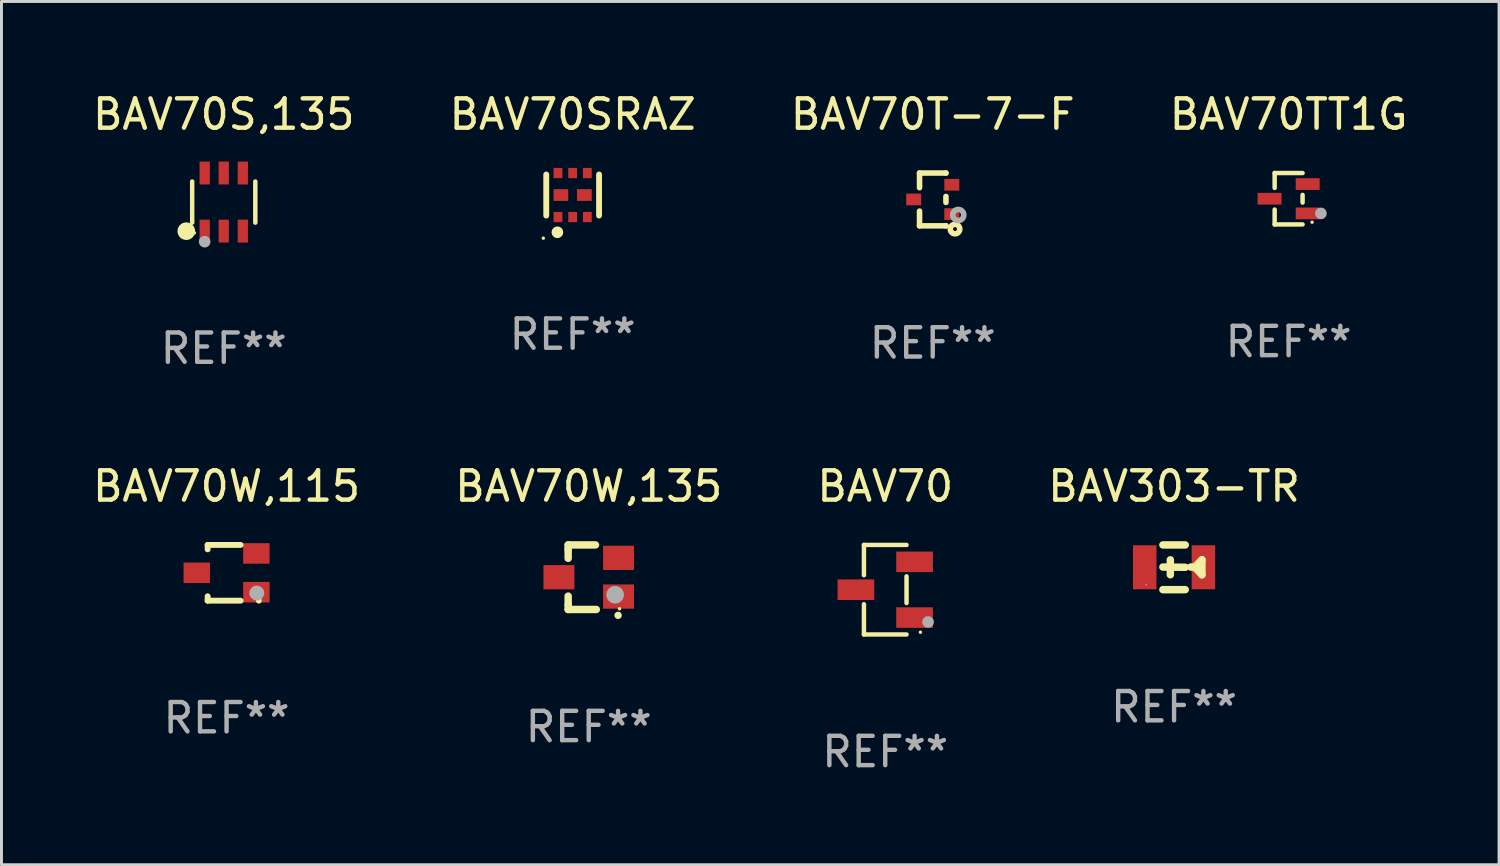
<source format=kicad_pcb>
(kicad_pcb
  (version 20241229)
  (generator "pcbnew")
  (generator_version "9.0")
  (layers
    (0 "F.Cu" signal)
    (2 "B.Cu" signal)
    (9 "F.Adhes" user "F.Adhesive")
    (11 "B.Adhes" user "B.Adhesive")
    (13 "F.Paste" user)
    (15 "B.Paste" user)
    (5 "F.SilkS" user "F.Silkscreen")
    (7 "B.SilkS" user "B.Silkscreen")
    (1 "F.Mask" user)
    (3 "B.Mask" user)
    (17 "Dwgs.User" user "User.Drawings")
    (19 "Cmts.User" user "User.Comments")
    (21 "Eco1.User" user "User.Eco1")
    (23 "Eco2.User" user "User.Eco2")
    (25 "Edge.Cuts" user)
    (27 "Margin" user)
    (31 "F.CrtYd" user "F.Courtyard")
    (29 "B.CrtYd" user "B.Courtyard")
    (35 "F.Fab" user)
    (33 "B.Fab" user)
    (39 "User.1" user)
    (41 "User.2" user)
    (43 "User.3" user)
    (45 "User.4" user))
  (footprint "BAV70SRAZ"
    (layer "F.Cu")
    (at 16.47 3.598)
    (property "Reference" "BAV70SRAZ" (at 0 -2.75 0) (layer "F.SilkS") (effects (font (size 1 1) (thickness 0.15))))
    (attr through_hole)
    (fp_line (start -0.9 0.7) (end -0.9 -0.7) (stroke (width 0.2) (type solid)) (layer "F.SilkS"))
    (fp_line (start 0.9 0.7) (end 0.9 -0.7) (stroke (width 0.2) (type solid)) (layer "F.SilkS"))
    (fp_circle (center -1 1.47) (end -0.97 1.47) (stroke (width 0.06) (type solid)) (fill no) (layer "F.SilkS"))
    (fp_circle (center -0.52 1.27) (end -0.42 1.27) (stroke (width 0.2) (type solid)) (fill no) (layer "F.SilkS"))
    (fp_text user "REF**" (at 0 4.75 0) (layer "F.Fab") (effects (font (size 1 1) (thickness 0.15))))
    (pad "1" smd rect (at -0.5 0.75 90) (size 0.35 0.3) (layers "F.Cu" "F.Mask" "F.Paste"))
    (pad "2" smd rect (at 0 0.75 90) (size 0.35 0.3) (layers "F.Cu" "F.Mask" "F.Paste"))
    (pad "3" smd rect (at 0.5 0.75 90) (size 0.35 0.3) (layers "F.Cu" "F.Mask" "F.Paste"))
    (pad "4" smd rect (at 0.5 -0.75 90) (size 0.35 0.3) (layers "F.Cu" "F.Mask" "F.Paste"))
    (pad "5" smd rect (at 0 -0.75 90) (size 0.35 0.3) (layers "F.Cu" "F.Mask" "F.Paste"))
    (pad "6" smd rect (at -0.5 -0.75 90) (size 0.35 0.3) (layers "F.Cu" "F.Mask" "F.Paste"))
    (pad "7" smd rect (at -0.4 0 90) (size 0.4 0.5) (layers "F.Cu" "F.Mask" "F.Paste"))
    (pad "8" smd rect (at 0.4 0 90) (size 0.4 0.5) (layers "F.Cu" "F.Mask" "F.Paste")))
  (footprint "BAV70"
    (layer "F.Cu")
    (at 27.125 17.051)
    (property "Reference" "BAV70" (at 0 -3.526 0) (layer "F.SilkS") (effects (font (size 1 1) (thickness 0.15))))
    (attr through_hole)
    (fp_line (start -0.726 -1.526) (end -0.726 -0.495) (stroke (width 0.152) (type solid)) (layer "F.SilkS"))
    (fp_line (start -0.726 1.526) (end -0.726 0.495) (stroke (width 0.152) (type solid)) (layer "F.SilkS"))
    (fp_line (start 0.726 -1.526) (end -0.726 -1.526) (stroke (width 0.152) (type solid)) (layer "F.SilkS"))
    (fp_line (start 0.726 -0.455) (end 0.726 0.455) (stroke (width 0.152) (type solid)) (layer "F.SilkS"))
    (fp_line (start 0.726 1.526) (end -0.726 1.526) (stroke (width 0.152) (type solid)) (layer "F.SilkS"))
    (fp_circle (center 1.2 1.45) (end 1.23 1.45) (stroke (width 0.06) (type solid)) (fill no) (layer "F.SilkS"))
    (fp_circle (center 1.46 1.1) (end 1.56 1.1) (stroke (width 0.2) (type solid)) (fill no) (layer "F.Fab"))
    (fp_text user "REF**" (at 0 5.526 0) (layer "F.Fab") (effects (font (size 1 1) (thickness 0.15))))
    (pad "1" smd rect (at 1 0.95) (size 1.25 0.7) (layers "F.Cu" "F.Mask" "F.Paste"))
    (pad "2" smd rect (at 1 -0.95) (size 1.25 0.7) (layers "F.Cu" "F.Mask" "F.Paste"))
    (pad "3" smd rect (at -1 0) (size 1.25 0.7) (layers "F.Cu" "F.Mask" "F.Paste")))
  (footprint "BAV303-TR"
    (layer "F.Cu")
    (at 36.97 16.287)
    (property "Reference" "BAV303-TR" (at 0 -2.762 0) (layer "F.SilkS") (effects (font (size 1 1) (thickness 0.15))))
    (attr through_hole)
    (fp_line (start -0.381 -0.762) (end 0.381 -0.762) (stroke (width 0.254) (type solid)) (layer "F.SilkS"))
    (fp_line (start -0.381 0.762) (end 0.381 0.762) (stroke (width 0.254) (type solid)) (layer "F.SilkS"))
    (fp_line (start -0.127 -0.254) (end -0.127 0.254) (stroke (width 0.254) (type solid)) (layer "F.SilkS"))
    (fp_line (start 0.381 0) (end -0.381 -0.008) (stroke (width 0.254) (type solid)) (layer "F.SilkS"))
    (fp_line (start 0.569 -0.008) (end 0.704 -0.008) (stroke (width 0.254) (type solid)) (layer "F.SilkS"))
    (fp_line (start 0.704 -0.008) (end 0.95 -0.254) (stroke (width 0.254) (type solid)) (layer "F.SilkS"))
    (fp_line (start 0.95 -0.254) (end 0.95 0.254) (stroke (width 0.254) (type solid)) (layer "F.SilkS"))
    (fp_line (start 0.95 0.254) (end 0.704 -0.008) (stroke (width 0.254) (type solid)) (layer "F.SilkS"))
    (fp_circle (center -0.95 0.6) (end -0.94 0.6) (stroke (width 0.02) (type solid)) (fill no) (layer "F.SilkS"))
    (fp_text user "REF**" (at 0 4.762 0) (layer "F.Fab") (effects (font (size 1 1) (thickness 0.15))))
    (pad "1" smd rect (at -1 0) (size 0.8 1.5) (layers "F.Cu" "F.Mask" "F.Paste"))
    (pad "2" smd rect (at 1 0) (size 0.8 1.5) (layers "F.Cu" "F.Mask" "F.Paste")))
  (footprint "BAV70W,115"
    (layer "F.Cu")
    (at 4.673 16.475)
    (property "Reference" "BAV70W,115" (at 0 -2.95 0) (layer "F.SilkS") (effects (font (size 1 1) (thickness 0.15))))
    (attr through_hole)
    (fp_line (start -0.645 -0.95) (end 0.48 -0.95) (stroke (width 0.201) (type solid)) (layer "F.SilkS"))
    (fp_line (start -0.645 -0.8) (end -0.645 -0.95) (stroke (width 0.201) (type solid)) (layer "F.SilkS"))
    (fp_line (start -0.645 0.95) (end -0.645 0.8) (stroke (width 0.201) (type solid)) (layer "F.SilkS"))
    (fp_line (start 0.48 0.95) (end -0.645 0.95) (stroke (width 0.201) (type solid)) (layer "F.SilkS"))
    (fp_circle (center 1.1 0.95) (end 1.15 0.95) (stroke (width 0.1) (type solid)) (fill no) (layer "F.SilkS"))
    (fp_circle (center 1.03 0.69) (end 1.157 0.69) (stroke (width 0.254) (type solid)) (fill no) (layer "F.Fab"))
    (fp_text user "REF**" (at 0 4.95 0) (layer "F.Fab") (effects (font (size 1 1) (thickness 0.15))))
    (pad "1" smd rect (at 1.016 0.66 90) (size 0.7 0.9) (layers "F.Cu" "F.Mask" "F.Paste"))
    (pad "2" smd rect (at 1.016 -0.66 90) (size 0.7 0.9) (layers "F.Cu" "F.Mask" "F.Paste"))
    (pad "3" smd rect (at -1.016 0 90) (size 0.7 0.9) (layers "F.Cu" "F.Mask" "F.Paste")))
  (footprint "BAV70TT1G"
    (layer "F.Cu")
    (at 40.875 3.724)
    (property "Reference" "BAV70TT1G" (at 0 -2.876 0) (layer "F.SilkS") (effects (font (size 1 1) (thickness 0.15))))
    (attr through_hole)
    (fp_line (start -0.476 -0.876) (end -0.476 -0.369) (stroke (width 0.152) (type solid)) (layer "F.SilkS"))
    (fp_line (start -0.476 0.876) (end -0.476 0.369) (stroke (width 0.152) (type solid)) (layer "F.SilkS"))
    (fp_line (start 0.476 -0.876) (end -0.476 -0.876) (stroke (width 0.152) (type solid)) (layer "F.SilkS"))
    (fp_line (start 0.476 -0.131) (end 0.476 0.131) (stroke (width 0.152) (type solid)) (layer "F.SilkS"))
    (fp_line (start 0.476 0.876) (end -0.476 0.876) (stroke (width 0.152) (type solid)) (layer "F.SilkS"))
    (fp_circle (center 0.8 0.8) (end 0.83 0.8) (stroke (width 0.06) (type solid)) (fill no) (layer "F.SilkS"))
    (fp_circle (center 1.1 0.5) (end 1.2 0.5) (stroke (width 0.2) (type solid)) (fill no) (layer "F.Fab"))
    (fp_text user "REF**" (at 0 4.876 0) (layer "F.Fab") (effects (font (size 1 1) (thickness 0.15))))
    (pad "1" smd rect (at 0.65 0.5) (size 0.816 0.4) (layers "F.Cu" "F.Mask" "F.Paste"))
    (pad "2" smd rect (at 0.65 -0.5) (size 0.816 0.4) (layers "F.Cu" "F.Mask" "F.Paste"))
    (pad "3" smd rect (at -0.65 0) (size 0.816 0.4) (layers "F.Cu" "F.Mask" "F.Paste")))
  (footprint "BAV70T-7-F"
    (layer "F.Cu")
    (at 28.744 3.748)
    (property "Reference" "BAV70T-7-F" (at 0 -2.9 0) (layer "F.SilkS") (effects (font (size 1 1) (thickness 0.15))))
    (attr through_hole)
    (fp_line (start -0.45 -0.9) (end 0.45 -0.9) (stroke (width 0.19) (type solid)) (layer "F.SilkS"))
    (fp_line (start -0.45 -0.399) (end -0.45 -0.9) (stroke (width 0.19) (type solid)) (layer "F.SilkS"))
    (fp_line (start -0.45 0.9) (end -0.45 0.399) (stroke (width 0.19) (type solid)) (layer "F.SilkS"))
    (fp_line (start -0.45 0.9) (end 0.45 0.9) (stroke (width 0.19) (type solid)) (layer "F.SilkS"))
    (fp_line (start 0.45 -0.899) (end 0.45 -0.9) (stroke (width 0.19) (type solid)) (layer "F.SilkS"))
    (fp_line (start 0.45 0.101) (end 0.45 -0.101) (stroke (width 0.19) (type solid)) (layer "F.SilkS"))
    (fp_line (start 0.45 0.9) (end 0.45 0.899) (stroke (width 0.19) (type solid)) (layer "F.SilkS"))
    (fp_circle (center 0.76 1.01) (end 0.827 1.01) (stroke (width 0.19) (type solid)) (fill no) (layer "F.SilkS"))
    (fp_circle (center 0.8 0.8) (end 0.81 0.8) (stroke (width 0.02) (type solid)) (fill no) (layer "F.SilkS"))
    (fp_circle (center 0.87 0.53) (end 0.964 0.53) (stroke (width 0.19) (type solid)) (fill no) (layer "F.Fab"))
    (fp_text user "REF**" (at 0 4.9 0) (layer "F.Fab") (effects (font (size 1 1) (thickness 0.15))))
    (pad "1" smd rect (at 0.65 0.5 90) (size 0.4 0.51) (layers "F.Cu" "F.Mask" "F.Paste"))
    (pad "2" smd rect (at 0.65 -0.5 90) (size 0.4 0.51) (layers "F.Cu" "F.Mask" "F.Paste"))
    (pad "3" smd rect (at -0.65 0.000127 90) (size 0.4 0.51) (layers "F.Cu" "F.Mask" "F.Paste")))
  (footprint "BAV70W,135"
    (layer "F.Cu")
    (at 17.018 16.625)
    (property "Reference" "BAV70W,135" (at 0 -3.1 0) (layer "F.SilkS") (effects (font (size 1 1) (thickness 0.15))))
    (attr through_hole)
    (fp_line (start -0.701 -0.95) (end -0.701 -1.1) (stroke (width 0.254) (type solid)) (layer "F.SilkS"))
    (fp_line (start -0.701 -0.644) (end -0.701 -0.95) (stroke (width 0.254) (type solid)) (layer "F.SilkS"))
    (fp_line (start -0.701 0.95) (end -0.701 0.644) (stroke (width 0.254) (type solid)) (layer "F.SilkS"))
    (fp_line (start -0.701 0.95) (end -0.701 1.1) (stroke (width 0.254) (type solid)) (layer "F.SilkS"))
    (fp_line (start -0.7 -1.1) (end 0.23 -1.1) (stroke (width 0.254) (type solid)) (layer "F.SilkS"))
    (fp_line (start -0.7 1.1) (end 0.258 1.1) (stroke (width 0.254) (type solid)) (layer "F.SilkS"))
    (fp_arc (start 1 1.3) (mid 1.00127 1.299994) (end 1.00254 1.3) (stroke (width 0.24892) (type solid)) (layer "F.SilkS"))
    (fp_circle (center 1.05 1.075) (end 1.08 1.075) (stroke (width 0.06) (type solid)) (fill no) (layer "F.SilkS"))
    (fp_circle (center 0.9 0.6) (end 1.05 0.6) (stroke (width 0.3) (type solid)) (fill no) (layer "F.Fab"))
    (fp_text user "REF**" (at 0 5.1 0) (layer "F.Fab") (effects (font (size 1 1) (thickness 0.15))))
    (pad "1" smd rect (at 1.016 0.66) (size 1.054 0.826) (layers "F.Cu" "F.Mask" "F.Paste"))
    (pad "2" smd rect (at 1.016 -0.66) (size 1.054 0.826) (layers "F.Cu" "F.Mask" "F.Paste"))
    (pad "3" smd rect (at -1.016 0) (size 1.054 0.826) (layers "F.Cu" "F.Mask" "F.Paste")))
  (footprint "BAV70S,135"
    (layer "F.Cu")
    (at 4.577 3.838)
    (property "Reference" "BAV70S,135" (at 0 -2.99 0) (layer "F.SilkS") (effects (font (size 1 1) (thickness 0.15))))
    (attr through_hole)
    (fp_line (start -1.076 0.701) (end -1.076 -0.701) (stroke (width 0.152) (type solid)) (layer "F.SilkS"))
    (fp_line (start 1.076 0.701) (end 1.076 -0.701) (stroke (width 0.152) (type solid)) (layer "F.SilkS"))
    (fp_circle (center -1.277 0.992) (end -1.127 0.992) (stroke (width 0.3) (type solid)) (fill no) (layer "F.SilkS"))
    (fp_circle (center -1 1.05) (end -0.97 1.05) (stroke (width 0.06) (type solid)) (fill no) (layer "F.SilkS"))
    (fp_circle (center -0.65 1.35) (end -0.55 1.35) (stroke (width 0.2) (type solid)) (fill no) (layer "F.Fab"))
    (fp_text user "REF**" (at 0 4.99 0) (layer "F.Fab") (effects (font (size 1 1) (thickness 0.15))))
    (pad "1" smd rect (at -0.65 0.99) (size 0.35 0.78) (layers "F.Cu" "F.Mask" "F.Paste"))
    (pad "2" smd rect (at 0 0.99) (size 0.35 0.78) (layers "F.Cu" "F.Mask" "F.Paste"))
    (pad "3" smd rect (at 0.65 0.99) (size 0.35 0.78) (layers "F.Cu" "F.Mask" "F.Paste"))
    (pad "4" smd rect (at 0.65 -0.99) (size 0.35 0.78) (layers "F.Cu" "F.Mask" "F.Paste"))
    (pad "5" smd rect (at 0 -0.99) (size 0.35 0.78) (layers "F.Cu" "F.Mask" "F.Paste"))
    (pad "6" smd rect (at -0.65 -0.99) (size 0.35 0.78) (layers "F.Cu" "F.Mask" "F.Paste")))
  (gr_rect
    (start -3 -3)
    (end 48.048 26.425)
    (stroke (width 0.1) (type default))
    (fill no)
    (layer "Edge.Cuts")))
</source>
